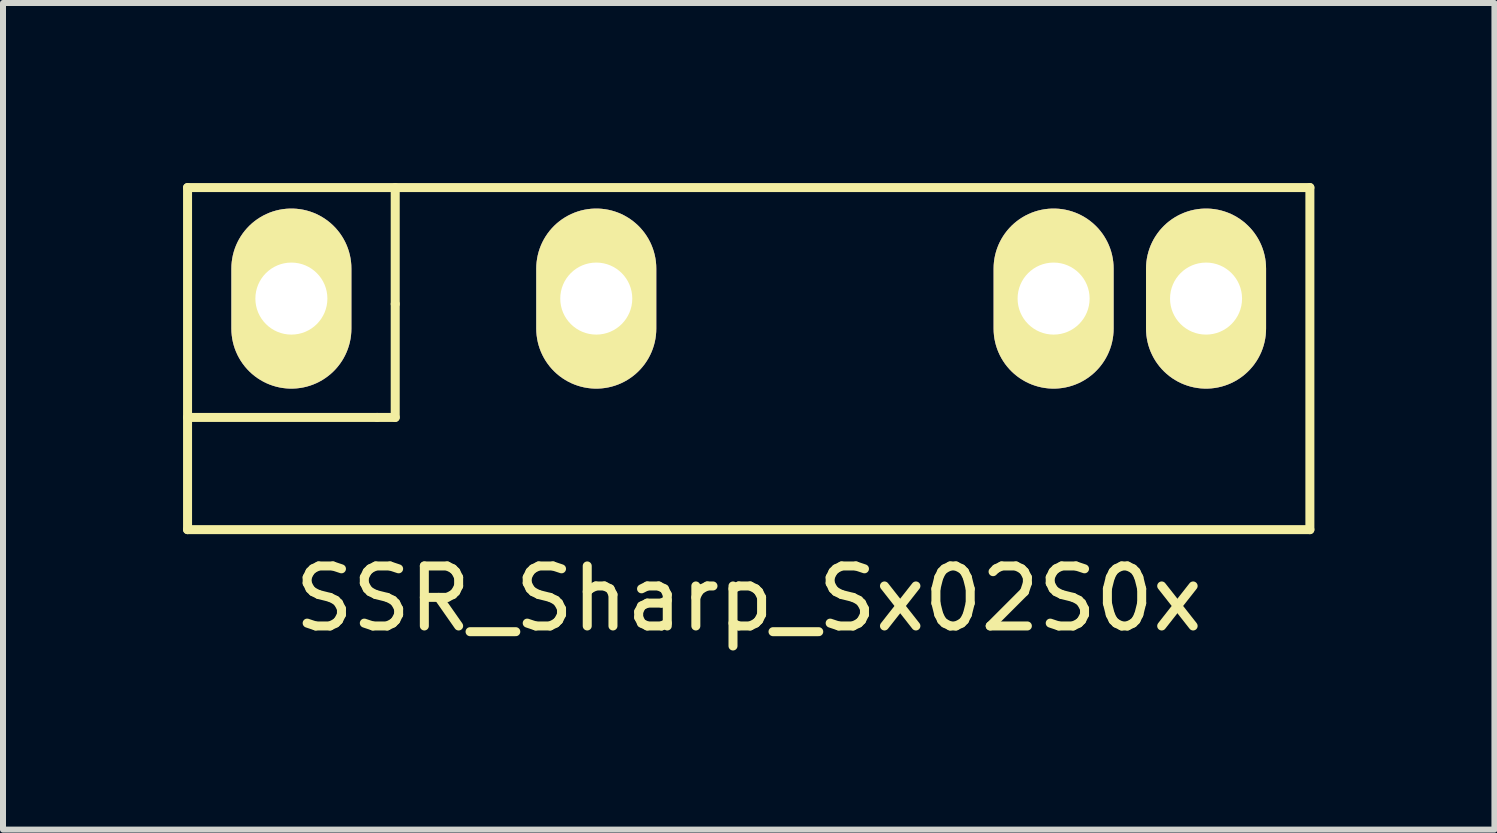
<source format=kicad_pcb>
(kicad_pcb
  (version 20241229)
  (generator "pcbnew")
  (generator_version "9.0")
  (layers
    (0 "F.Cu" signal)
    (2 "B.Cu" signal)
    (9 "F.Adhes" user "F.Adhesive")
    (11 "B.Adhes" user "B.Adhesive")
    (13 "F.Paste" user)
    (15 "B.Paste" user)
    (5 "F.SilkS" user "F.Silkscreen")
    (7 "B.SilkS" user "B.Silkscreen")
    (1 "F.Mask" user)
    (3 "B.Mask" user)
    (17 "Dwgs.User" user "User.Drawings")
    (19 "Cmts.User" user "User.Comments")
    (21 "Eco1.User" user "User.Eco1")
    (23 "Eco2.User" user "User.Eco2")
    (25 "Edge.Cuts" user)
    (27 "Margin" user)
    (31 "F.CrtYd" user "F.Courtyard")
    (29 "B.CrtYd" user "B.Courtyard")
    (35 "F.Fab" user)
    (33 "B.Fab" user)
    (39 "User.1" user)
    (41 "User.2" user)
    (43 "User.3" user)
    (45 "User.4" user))
  (footprint "SSR_Sharp_Sx02S0x"
    (layer "F.Cu")
    (at 1.805 1.925)
    (property "Reference" "SSR_Sharp_Sx02S0x" (at 7.62 5 0) (layer "F.SilkS") (effects (font (size 1 1) (thickness 0.15))))
    (attr through_hole)
    (fp_line (start -1.73 -1.85) (end -1.73 3.85) (stroke (width 0.15) (type solid)) (layer "F.SilkS"))
    (fp_line (start -1.73 -1.85) (end 16.97 -1.85) (stroke (width 0.15) (type solid)) (layer "F.SilkS"))
    (fp_line (start -1.73 1.98) (end 1.43 1.98) (stroke (width 0.15) (type solid)) (layer "F.SilkS"))
    (fp_line (start -1.73 3.85) (end 16.97 3.85) (stroke (width 0.15) (type solid)) (layer "F.SilkS"))
    (fp_line (start 1.43 1.98) (end 1.73 1.98) (stroke (width 0.15) (type solid)) (layer "F.SilkS"))
    (fp_line (start 1.73 0.09) (end 1.73 -1.85) (stroke (width 0.15) (type solid)) (layer "F.SilkS"))
    (fp_line (start 1.73 1.98) (end 1.73 0.09) (stroke (width 0.15) (type solid)) (layer "F.SilkS"))
    (fp_line (start 16.97 -1.85) (end 16.97 3.85) (stroke (width 0.15) (type solid)) (layer "F.SilkS"))
    (pad "1" thru_hole oval (at 0 0) (size 2 3) (drill 1.2) (layers "*.Cu" "*.Mask" "F.SilkS"))
    (pad "2" thru_hole oval (at 5.08 0) (size 2 3) (drill 1.2) (layers "*.Cu" "*.Mask" "F.SilkS"))
    (pad "3" thru_hole oval (at 12.7 0) (size 2 3) (drill 1.2) (layers "*.Cu" "*.Mask" "F.SilkS"))
    (pad "4" thru_hole oval (at 15.24 0) (size 2 3) (drill 1.2) (layers "*.Cu" "*.Mask" "F.SilkS")))
  (gr_rect
    (start -3 -3)
    (end 21.85 10.773)
    (stroke (width 0.1) (type default))
    (fill no)
    (layer "Edge.Cuts")))
</source>
